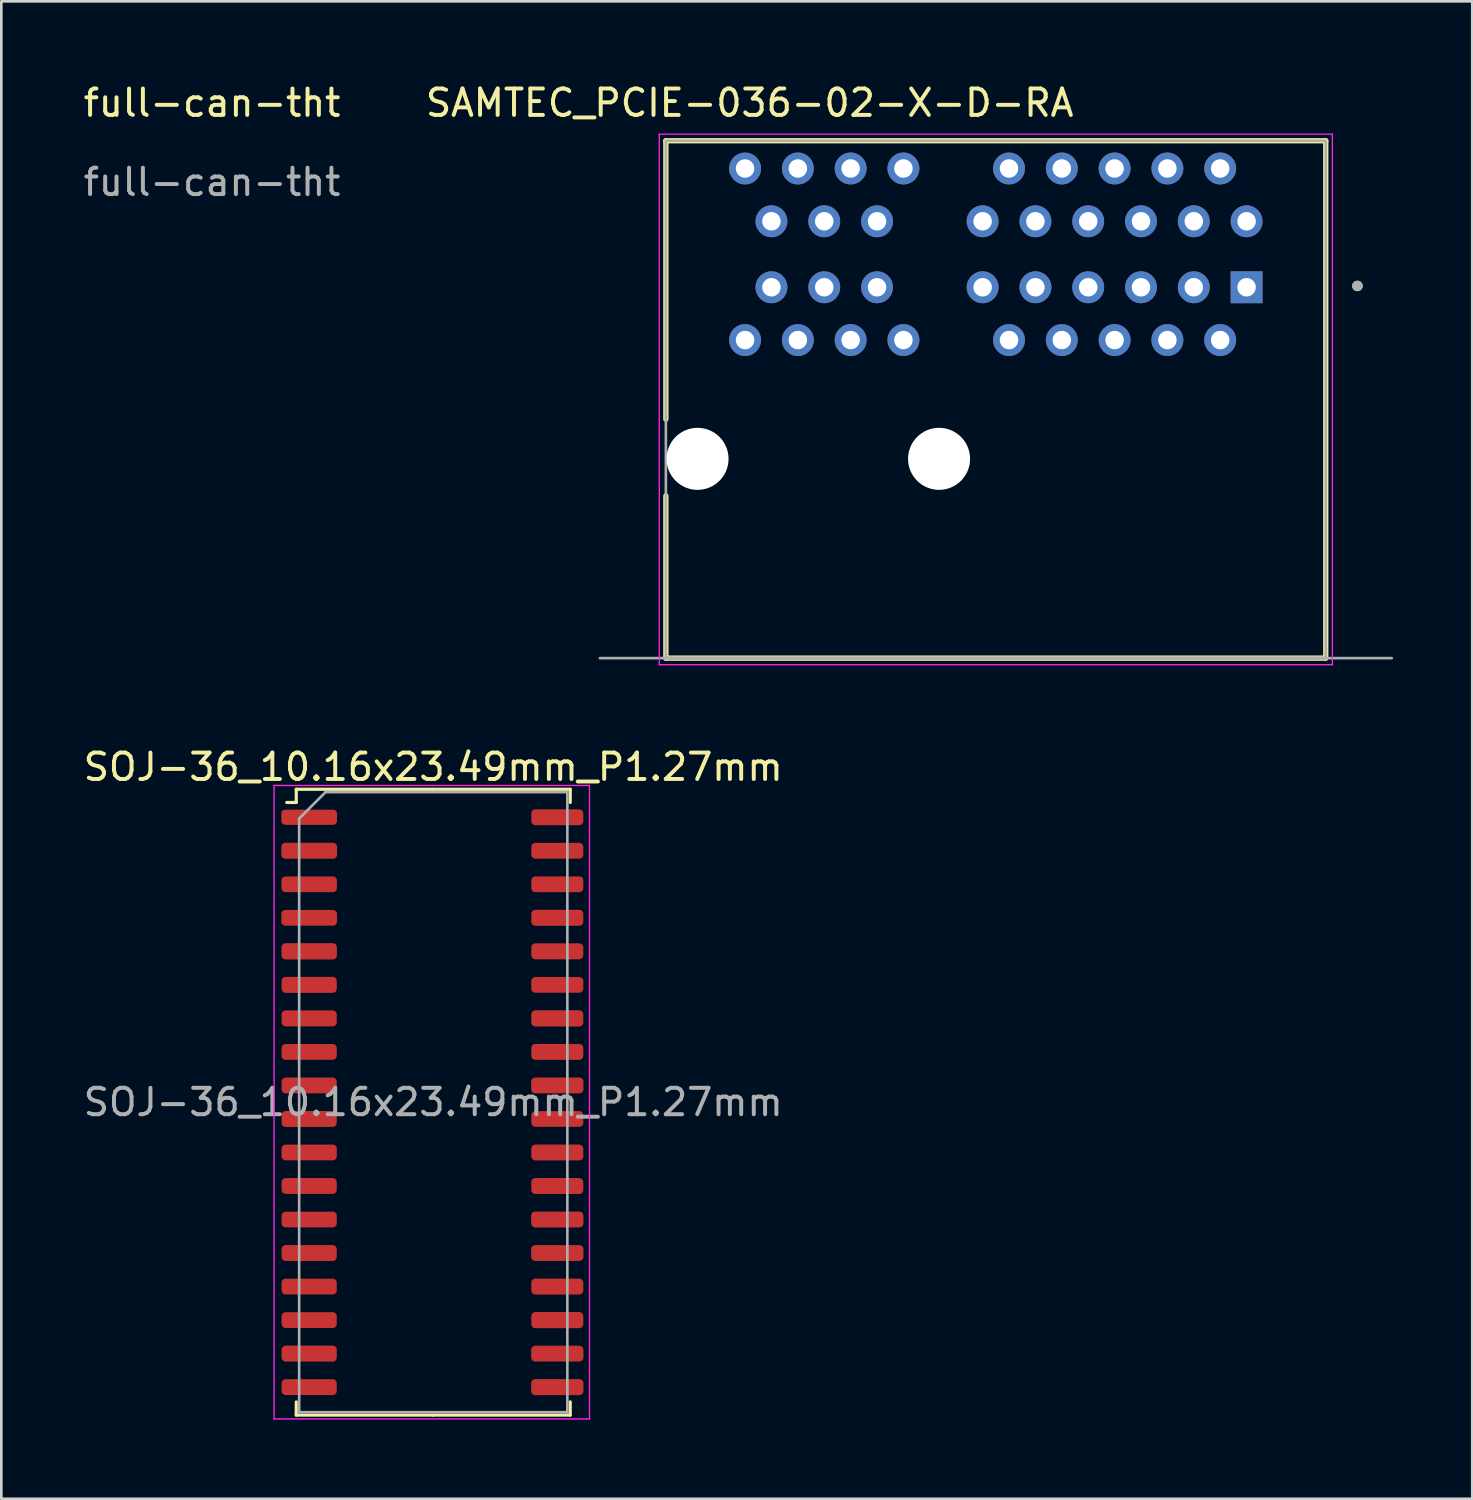
<source format=kicad_pcb>
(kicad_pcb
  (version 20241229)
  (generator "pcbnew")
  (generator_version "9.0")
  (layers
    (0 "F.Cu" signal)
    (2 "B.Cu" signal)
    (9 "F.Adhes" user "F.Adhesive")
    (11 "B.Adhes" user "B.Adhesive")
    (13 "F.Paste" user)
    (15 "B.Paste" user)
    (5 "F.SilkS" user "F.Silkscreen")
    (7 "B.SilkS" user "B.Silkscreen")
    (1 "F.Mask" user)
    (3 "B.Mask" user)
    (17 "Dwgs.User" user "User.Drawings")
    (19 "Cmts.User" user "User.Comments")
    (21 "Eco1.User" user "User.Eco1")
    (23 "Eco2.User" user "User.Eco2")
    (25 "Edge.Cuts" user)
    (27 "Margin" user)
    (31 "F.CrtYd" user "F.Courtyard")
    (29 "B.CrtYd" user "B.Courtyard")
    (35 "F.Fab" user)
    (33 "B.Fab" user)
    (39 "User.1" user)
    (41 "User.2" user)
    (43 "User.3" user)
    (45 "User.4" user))
  (footprint "full-can-tht"
    (layer "F.Cu")
    (at 4.982 1.348)
    (property "Reference" "full-can-tht" (at 0 -0.5 0) (unlocked yes) (layer "F.SilkS") (effects (font (size 1 1) (thickness 0.15))))
    (attr through_hole)
    (fp_text user "${REFERENCE}" (at 0 2.5 0) (unlocked yes) (layer "F.Fab") (effects (font (size 1 1) (thickness 0.15)))))
  (footprint "SOJ-36_10.16x23.49mm_P1.27mm"
    (layer "F.Cu")
    (at 13.363 38.706)
    (property "Reference" "SOJ-36_10.16x23.49mm_P1.27mm" (at 0 -12.7 0) (layer "F.SilkS") (effects (font (size 1 1) (thickness 0.15))))
    (attr smd)
    (fp_line (start -5.19 -11.855) (end -5.19 -11.355) (stroke (width 0.12) (type solid)) (layer "F.SilkS"))
    (fp_line (start -5.19 -11.355) (end -5.55 -11.355) (stroke (width 0.12) (type solid)) (layer "F.SilkS"))
    (fp_line (start -5.19 11.855) (end -5.19 11.355) (stroke (width 0.12) (type solid)) (layer "F.SilkS"))
    (fp_line (start 0 -11.855) (end -5.19 -11.855) (stroke (width 0.12) (type solid)) (layer "F.SilkS"))
    (fp_line (start 0 -11.855) (end 5.19 -11.855) (stroke (width 0.12) (type solid)) (layer "F.SilkS"))
    (fp_line (start 0 11.855) (end -5.19 11.855) (stroke (width 0.12) (type solid)) (layer "F.SilkS"))
    (fp_line (start 0 11.855) (end 5.19 11.855) (stroke (width 0.12) (type solid)) (layer "F.SilkS"))
    (fp_line (start 5.19 -11.855) (end 5.19 -11.355) (stroke (width 0.12) (type solid)) (layer "F.SilkS"))
    (fp_line (start 5.19 11.855) (end 5.19 11.355) (stroke (width 0.12) (type solid)) (layer "F.SilkS"))
    (fp_line (start -6.03 -12) (end -6.03 12) (stroke (width 0.05) (type solid)) (layer "F.CrtYd"))
    (fp_line (start -6.03 -12) (end -5.8 -12) (stroke (width 0.05) (type solid)) (layer "F.CrtYd"))
    (fp_line (start -6.03 12) (end -5.8 12) (stroke (width 0.05) (type solid)) (layer "F.CrtYd"))
    (fp_line (start -5.8 12) (end 5.8 12) (stroke (width 0.05) (type solid)) (layer "F.CrtYd"))
    (fp_line (start 5.8 -12) (end -5.8 -12) (stroke (width 0.05) (type solid)) (layer "F.CrtYd"))
    (fp_line (start 5.92 -12) (end 5.8 -12) (stroke (width 0.05) (type solid)) (layer "F.CrtYd"))
    (fp_line (start 5.92 12) (end 5.8 12) (stroke (width 0.05) (type solid)) (layer "F.CrtYd"))
    (fp_line (start 5.92 12) (end 5.92 -12) (stroke (width 0.05) (type solid)) (layer "F.CrtYd"))
    (fp_line (start -5.08 -10.745) (end -4.08 -11.745) (stroke (width 0.1) (type solid)) (layer "F.Fab"))
    (fp_line (start -5.08 11.745) (end -5.08 -10.745) (stroke (width 0.1) (type solid)) (layer "F.Fab"))
    (fp_line (start -4.08 -11.745) (end 5.08 -11.745) (stroke (width 0.1) (type solid)) (layer "F.Fab"))
    (fp_line (start 5.08 -11.745) (end 5.08 11.745) (stroke (width 0.1) (type solid)) (layer "F.Fab"))
    (fp_line (start 5.08 11.745) (end -5.08 11.745) (stroke (width 0.1) (type solid)) (layer "F.Fab"))
    (fp_text user "${REFERENCE}" (at 0 0 0) (layer "F.Fab") (effects (font (size 1 1) (thickness 0.15))))
    (pad "1" smd roundrect (at -4.7 -10.795) (size 2.11 0.575) (layers "F.Cu" "F.Mask" "F.Paste") (roundrect_rratio 0.25))
    (pad "2" smd roundrect (at -4.7 -9.525) (size 2.11 0.605) (layers "F.Cu" "F.Mask" "F.Paste") (roundrect_rratio 0.25))
    (pad "3" smd roundrect (at -4.7 -8.255) (size 2.1 0.595) (layers "F.Cu" "F.Mask" "F.Paste") (roundrect_rratio 0.25))
    (pad "4" smd roundrect (at -4.7 -6.985) (size 2.11 0.595) (layers "F.Cu" "F.Mask" "F.Paste") (roundrect_rratio 0.25))
    (pad "5" smd roundrect (at -4.7 -5.715) (size 2.1 0.615) (layers "F.Cu" "F.Mask" "F.Paste") (roundrect_rratio 0.25))
    (pad "6" smd roundrect (at -4.7 -4.445) (size 2.09 0.605) (layers "F.Cu" "F.Mask" "F.Paste") (roundrect_rratio 0.25))
    (pad "7" smd roundrect (at -4.7 -3.175) (size 2.09 0.605) (layers "F.Cu" "F.Mask" "F.Paste") (roundrect_rratio 0.25))
    (pad "8" smd roundrect (at -4.7 -1.905) (size 2.09 0.6) (layers "F.Cu" "F.Mask" "F.Paste") (roundrect_rratio 0.25))
    (pad "9" smd roundrect (at -4.7 -0.635) (size 2.09 0.6) (layers "F.Cu" "F.Mask" "F.Paste") (roundrect_rratio 0.25))
    (pad "10" smd roundrect (at -4.7 0.635) (size 2.09 0.605) (layers "F.Cu" "F.Mask" "F.Paste") (roundrect_rratio 0.25))
    (pad "11" smd roundrect (at -4.7 1.905) (size 2.09 0.595) (layers "F.Cu" "F.Mask" "F.Paste") (roundrect_rratio 0.25))
    (pad "12" smd roundrect (at -4.7 3.175) (size 2.09 0.6) (layers "F.Cu" "F.Mask" "F.Paste") (roundrect_rratio 0.25))
    (pad "13" smd roundrect (at -4.7 4.445) (size 2.09 0.595) (layers "F.Cu" "F.Mask" "F.Paste") (roundrect_rratio 0.25))
    (pad "14" smd roundrect (at -4.7 5.715) (size 2.09 0.605) (layers "F.Cu" "F.Mask" "F.Paste") (roundrect_rratio 0.25))
    (pad "15" smd roundrect (at -4.7 6.985) (size 2.09 0.6) (layers "F.Cu" "F.Mask" "F.Paste") (roundrect_rratio 0.25))
    (pad "16" smd roundrect (at -4.7 8.255) (size 2.09 0.6) (layers "F.Cu" "F.Mask" "F.Paste") (roundrect_rratio 0.25))
    (pad "17" smd roundrect (at -4.7 9.525) (size 2.09 0.605) (layers "F.Cu" "F.Mask" "F.Paste") (roundrect_rratio 0.25))
    (pad "18" smd roundrect (at -4.7 10.795) (size 2.09 0.6) (layers "F.Cu" "F.Mask" "F.Paste") (roundrect_rratio 0.25))
    (pad "19" smd roundrect (at 4.7 10.795) (size 1.98 0.605) (layers "F.Cu" "F.Mask" "F.Paste") (roundrect_rratio 0.25))
    (pad "20" smd roundrect (at 4.7 9.525) (size 1.98 0.6) (layers "F.Cu" "F.Mask" "F.Paste") (roundrect_rratio 0.25))
    (pad "21" smd roundrect (at 4.7 8.255) (size 1.97 0.615) (layers "F.Cu" "F.Mask" "F.Paste") (roundrect_rratio 0.25))
    (pad "22" smd roundrect (at 4.7 6.985) (size 1.97 0.605) (layers "F.Cu" "F.Mask" "F.Paste") (roundrect_rratio 0.25))
    (pad "23" smd roundrect (at 4.7 5.715) (size 1.98 0.6) (layers "F.Cu" "F.Mask" "F.Paste") (roundrect_rratio 0.25))
    (pad "24" smd roundrect (at 4.7 4.445) (size 1.98 0.6) (layers "F.Cu" "F.Mask" "F.Paste") (roundrect_rratio 0.25))
    (pad "25" smd roundrect (at 4.7 3.175) (size 1.97 0.605) (layers "F.Cu" "F.Mask" "F.Paste") (roundrect_rratio 0.25))
    (pad "26" smd roundrect (at 4.7 1.905) (size 1.97 0.6) (layers "F.Cu" "F.Mask" "F.Paste") (roundrect_rratio 0.25))
    (pad "27" smd roundrect (at 4.7 0.635) (size 1.97 0.595) (layers "F.Cu" "F.Mask" "F.Paste") (roundrect_rratio 0.25))
    (pad "28" smd roundrect (at 4.7 -0.635) (size 1.98 0.6) (layers "F.Cu" "F.Mask" "F.Paste") (roundrect_rratio 0.25))
    (pad "29" smd roundrect (at 4.7 -1.905) (size 1.97 0.605) (layers "F.Cu" "F.Mask" "F.Paste") (roundrect_rratio 0.25))
    (pad "30" smd roundrect (at 4.7 -3.175) (size 1.97 0.615) (layers "F.Cu" "F.Mask" "F.Paste") (roundrect_rratio 0.25))
    (pad "31" smd roundrect (at 4.7 -4.445) (size 1.97 0.595) (layers "F.Cu" "F.Mask" "F.Paste") (roundrect_rratio 0.25))
    (pad "32" smd roundrect (at 4.7 -5.715) (size 1.97 0.605) (layers "F.Cu" "F.Mask" "F.Paste") (roundrect_rratio 0.25))
    (pad "33" smd roundrect (at 4.7 -6.985) (size 1.97 0.605) (layers "F.Cu" "F.Mask" "F.Paste") (roundrect_rratio 0.25))
    (pad "34" smd roundrect (at 4.7 -8.255) (size 1.97 0.6) (layers "F.Cu" "F.Mask" "F.Paste") (roundrect_rratio 0.25))
    (pad "35" smd roundrect (at 4.7 -9.525) (size 1.97 0.6) (layers "F.Cu" "F.Mask" "F.Paste") (roundrect_rratio 0.25))
    (pad "36" smd roundrect (at 4.7 -10.795) (size 1.97 0.6) (layers "F.Cu" "F.Mask" "F.Paste") (roundrect_rratio 0.25)))
  (footprint "SAMTEC_PCIE-036-02-X-D-RA"
    (layer "F.Cu")
    (at 34.676 12.083)
    (property "Reference" "SAMTEC_PCIE-036-02-X-D-RA" (at -9.325 -11.235 0) (layer "F.SilkS") (effects (font (size 1 1) (thickness 0.15))))
    (attr through_hole)
    (fp_line (start -12.5 -9.8) (end 12.5 -9.8) (stroke (width 0.2) (type solid)) (layer "F.SilkS"))
    (fp_line (start -12.5 0.75) (end -12.5 -9.8) (stroke (width 0.2) (type solid)) (layer "F.SilkS"))
    (fp_line (start -12.5 9.8) (end -12.5 3.65) (stroke (width 0.2) (type solid)) (layer "F.SilkS"))
    (fp_line (start 12.5 -9.8) (end 12.5 9.8) (stroke (width 0.2) (type solid)) (layer "F.SilkS"))
    (fp_line (start 12.5 9.8) (end -12.5 9.8) (stroke (width 0.2) (type solid)) (layer "F.SilkS"))
    (fp_circle (center 13.7 -4.3) (end 13.8 -4.3) (stroke (width 0.2) (type solid)) (fill no) (layer "F.SilkS"))
    (fp_line (start -12.75 -10.05) (end 12.75 -10.05) (stroke (width 0.05) (type solid)) (layer "F.CrtYd"))
    (fp_line (start -12.75 10.05) (end -12.75 -10.05) (stroke (width 0.05) (type solid)) (layer "F.CrtYd"))
    (fp_line (start 12.75 -10.05) (end 12.75 10.05) (stroke (width 0.05) (type solid)) (layer "F.CrtYd"))
    (fp_line (start 12.75 10.05) (end -12.75 10.05) (stroke (width 0.05) (type solid)) (layer "F.CrtYd"))
    (fp_line (start -15 9.8) (end 15 9.8) (stroke (width 0.1) (type solid)) (layer "F.Fab"))
    (fp_line (start -12.5 -9.8) (end 12.5 -9.8) (stroke (width 0.1) (type solid)) (layer "F.Fab"))
    (fp_line (start -12.5 9.8) (end -12.5 -9.8) (stroke (width 0.1) (type solid)) (layer "F.Fab"))
    (fp_line (start 12.5 -9.8) (end 12.5 9.8) (stroke (width 0.1) (type solid)) (layer "F.Fab"))
    (fp_line (start 12.5 9.8) (end -12.5 9.8) (stroke (width 0.127) (type solid)) (layer "F.Fab"))
    (fp_circle (center 13.7 -4.3) (end 13.8 -4.3) (stroke (width 0.2) (type solid)) (fill no) (layer "F.Fab"))
    (pad "" np_thru_hole circle (at -11.3 2.25) (size 2.35 2.35) (drill 2.35) (layers "*.Cu" "*.Mask"))
    (pad "" np_thru_hole circle (at -2.15 2.25) (size 2.35 2.35) (drill 2.35) (layers "*.Cu" "*.Mask"))
    (pad "A01" thru_hole rect (at 9.5 -4.25) (size 1.208 1.208) (drill 0.7) (layers "*.Cu" "*.Mask"))
    (pad "A02" thru_hole circle (at 8.5 -2.25) (size 1.208 1.208) (drill 0.7) (layers "*.Cu" "*.Mask"))
    (pad "A03" thru_hole circle (at 7.5 -4.25) (size 1.208 1.208) (drill 0.7) (layers "*.Cu" "*.Mask"))
    (pad "A04" thru_hole circle (at 6.5 -2.25) (size 1.208 1.208) (drill 0.7) (layers "*.Cu" "*.Mask"))
    (pad "A05" thru_hole circle (at 5.5 -4.25) (size 1.208 1.208) (drill 0.7) (layers "*.Cu" "*.Mask"))
    (pad "A06" thru_hole circle (at 4.5 -2.25) (size 1.208 1.208) (drill 0.7) (layers "*.Cu" "*.Mask"))
    (pad "A07" thru_hole circle (at 3.5 -4.25) (size 1.208 1.208) (drill 0.7) (layers "*.Cu" "*.Mask"))
    (pad "A08" thru_hole circle (at 2.5 -2.25) (size 1.208 1.208) (drill 0.7) (layers "*.Cu" "*.Mask"))
    (pad "A09" thru_hole circle (at 1.5 -4.25) (size 1.208 1.208) (drill 0.7) (layers "*.Cu" "*.Mask"))
    (pad "A10" thru_hole circle (at 0.5 -2.25) (size 1.208 1.208) (drill 0.7) (layers "*.Cu" "*.Mask"))
    (pad "A11" thru_hole circle (at -0.5 -4.25) (size 1.208 1.208) (drill 0.7) (layers "*.Cu" "*.Mask"))
    (pad "A12" thru_hole circle (at -3.5 -2.25) (size 1.208 1.208) (drill 0.7) (layers "*.Cu" "*.Mask"))
    (pad "A13" thru_hole circle (at -4.5 -4.25) (size 1.208 1.208) (drill 0.7) (layers "*.Cu" "*.Mask"))
    (pad "A14" thru_hole circle (at -5.5 -2.25) (size 1.208 1.208) (drill 0.7) (layers "*.Cu" "*.Mask"))
    (pad "A15" thru_hole circle (at -6.5 -4.25) (size 1.208 1.208) (drill 0.7) (layers "*.Cu" "*.Mask"))
    (pad "A16" thru_hole circle (at -7.5 -2.25) (size 1.208 1.208) (drill 0.7) (layers "*.Cu" "*.Mask"))
    (pad "A17" thru_hole circle (at -8.5 -4.25) (size 1.208 1.208) (drill 0.7) (layers "*.Cu" "*.Mask"))
    (pad "A18" thru_hole circle (at -9.5 -2.25) (size 1.208 1.208) (drill 0.7) (layers "*.Cu" "*.Mask"))
    (pad "B01" thru_hole circle (at 9.5 -6.75) (size 1.208 1.208) (drill 0.7) (layers "*.Cu" "*.Mask"))
    (pad "B02" thru_hole circle (at 8.5 -8.75) (size 1.208 1.208) (drill 0.7) (layers "*.Cu" "*.Mask"))
    (pad "B03" thru_hole circle (at 7.5 -6.75) (size 1.208 1.208) (drill 0.7) (layers "*.Cu" "*.Mask"))
    (pad "B04" thru_hole circle (at 6.5 -8.75) (size 1.208 1.208) (drill 0.7) (layers "*.Cu" "*.Mask"))
    (pad "B05" thru_hole circle (at 5.5 -6.75) (size 1.208 1.208) (drill 0.7) (layers "*.Cu" "*.Mask"))
    (pad "B06" thru_hole circle (at 4.5 -8.75) (size 1.208 1.208) (drill 0.7) (layers "*.Cu" "*.Mask"))
    (pad "B07" thru_hole circle (at 3.5 -6.75) (size 1.208 1.208) (drill 0.7) (layers "*.Cu" "*.Mask"))
    (pad "B08" thru_hole circle (at 2.5 -8.75) (size 1.208 1.208) (drill 0.7) (layers "*.Cu" "*.Mask"))
    (pad "B09" thru_hole circle (at 1.5 -6.75) (size 1.208 1.208) (drill 0.7) (layers "*.Cu" "*.Mask"))
    (pad "B10" thru_hole circle (at 0.5 -8.75) (size 1.208 1.208) (drill 0.7) (layers "*.Cu" "*.Mask"))
    (pad "B11" thru_hole circle (at -0.5 -6.75) (size 1.208 1.208) (drill 0.7) (layers "*.Cu" "*.Mask"))
    (pad "B12" thru_hole circle (at -3.5 -8.75) (size 1.208 1.208) (drill 0.7) (layers "*.Cu" "*.Mask"))
    (pad "B13" thru_hole circle (at -4.5 -6.75) (size 1.208 1.208) (drill 0.7) (layers "*.Cu" "*.Mask"))
    (pad "B14" thru_hole circle (at -5.5 -8.75) (size 1.208 1.208) (drill 0.7) (layers "*.Cu" "*.Mask"))
    (pad "B15" thru_hole circle (at -6.5 -6.75) (size 1.208 1.208) (drill 0.7) (layers "*.Cu" "*.Mask"))
    (pad "B16" thru_hole circle (at -7.5 -8.75) (size 1.208 1.208) (drill 0.7) (layers "*.Cu" "*.Mask"))
    (pad "B17" thru_hole circle (at -8.5 -6.75) (size 1.208 1.208) (drill 0.7) (layers "*.Cu" "*.Mask"))
    (pad "B18" thru_hole circle (at -9.5 -8.75) (size 1.208 1.208) (drill 0.7) (layers "*.Cu" "*.Mask")))
  (gr_rect
    (start -3 -3)
    (end 52.726 53.731)
    (stroke (width 0.1) (type default))
    (fill no)
    (layer "Edge.Cuts")))
</source>
